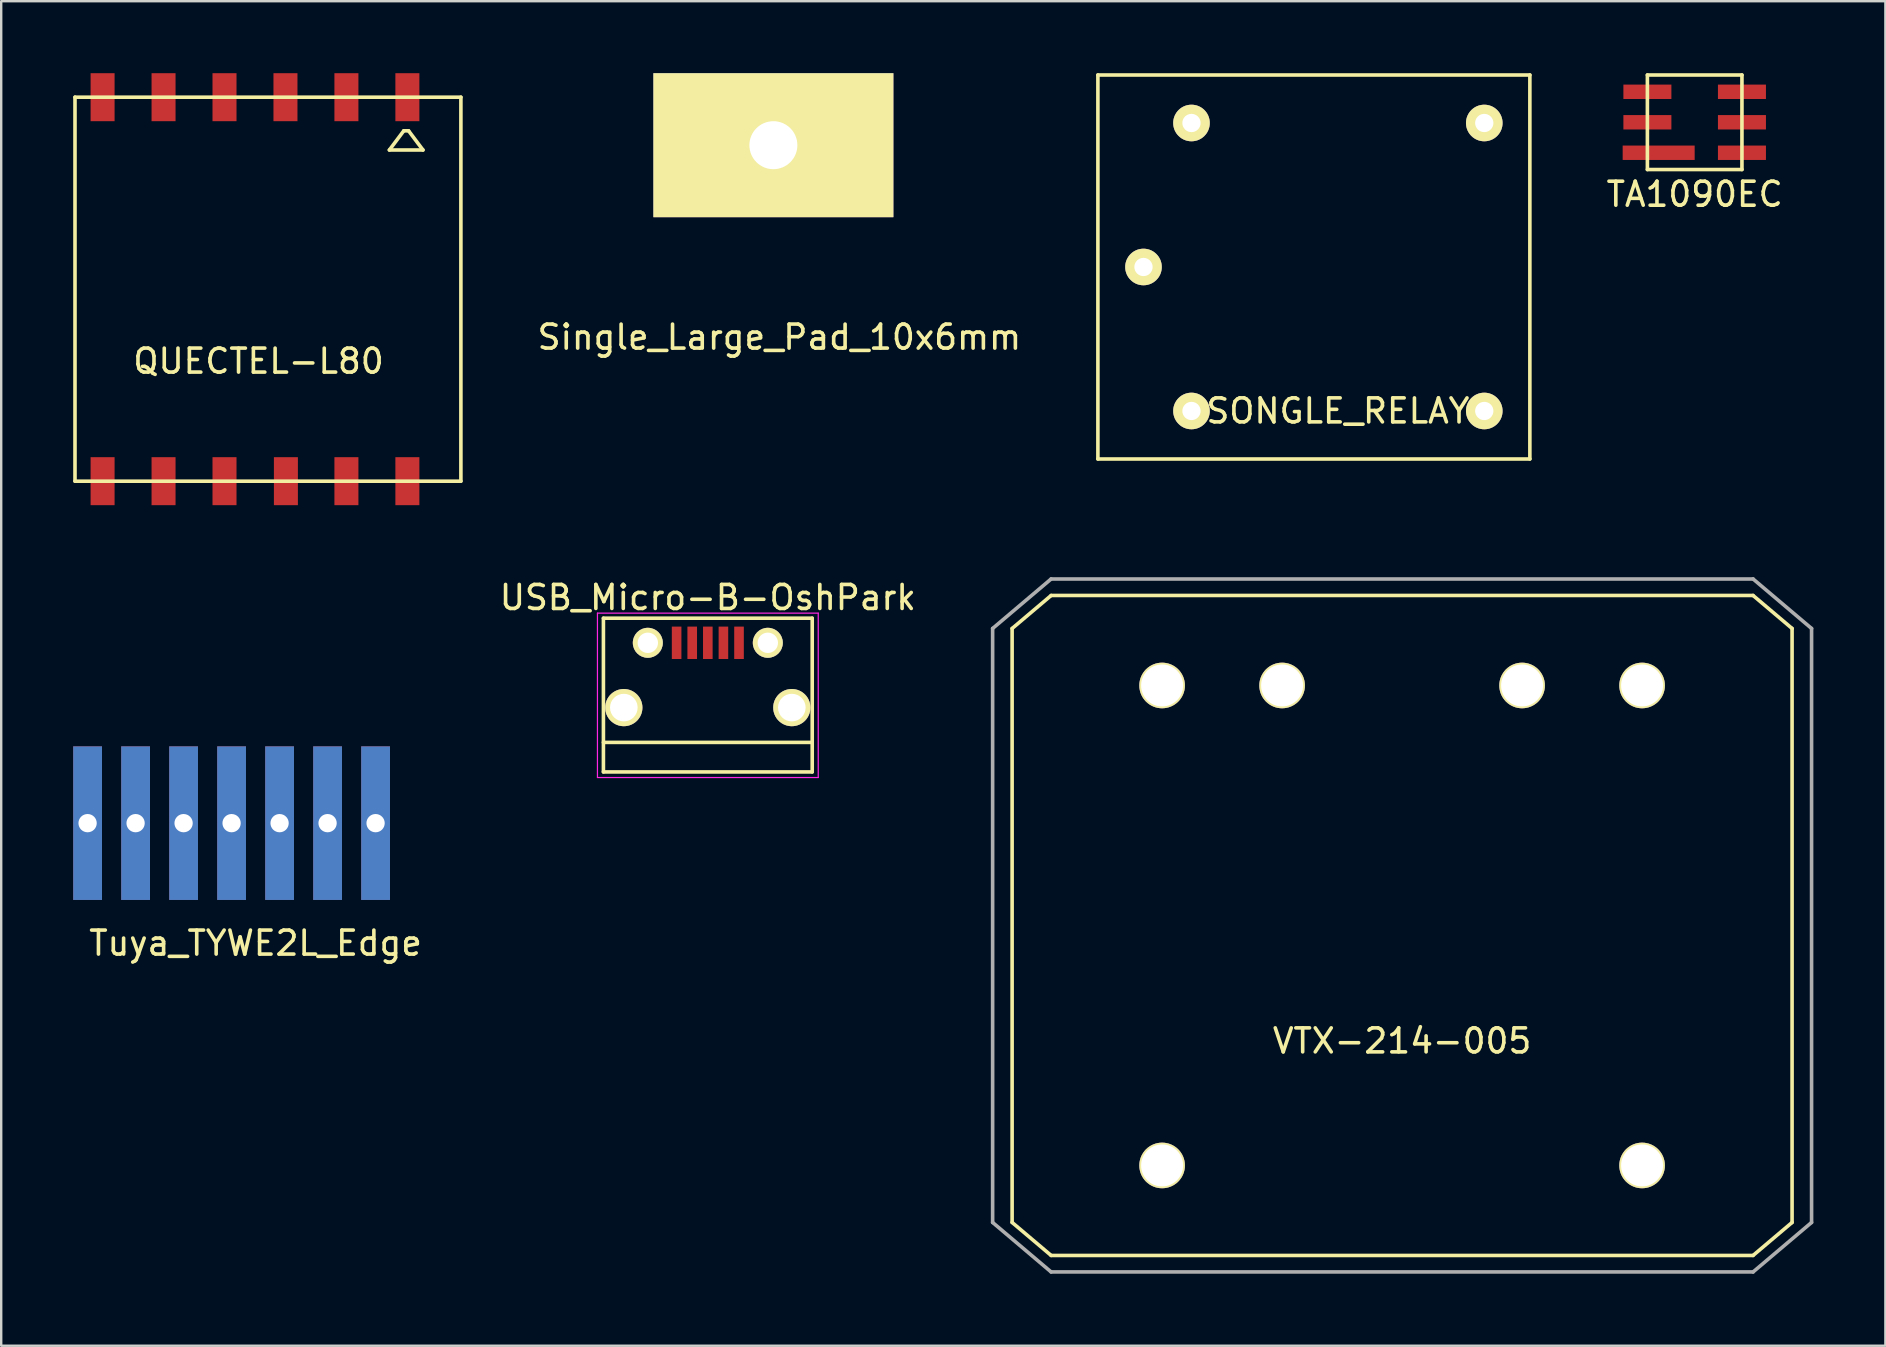
<source format=kicad_pcb>
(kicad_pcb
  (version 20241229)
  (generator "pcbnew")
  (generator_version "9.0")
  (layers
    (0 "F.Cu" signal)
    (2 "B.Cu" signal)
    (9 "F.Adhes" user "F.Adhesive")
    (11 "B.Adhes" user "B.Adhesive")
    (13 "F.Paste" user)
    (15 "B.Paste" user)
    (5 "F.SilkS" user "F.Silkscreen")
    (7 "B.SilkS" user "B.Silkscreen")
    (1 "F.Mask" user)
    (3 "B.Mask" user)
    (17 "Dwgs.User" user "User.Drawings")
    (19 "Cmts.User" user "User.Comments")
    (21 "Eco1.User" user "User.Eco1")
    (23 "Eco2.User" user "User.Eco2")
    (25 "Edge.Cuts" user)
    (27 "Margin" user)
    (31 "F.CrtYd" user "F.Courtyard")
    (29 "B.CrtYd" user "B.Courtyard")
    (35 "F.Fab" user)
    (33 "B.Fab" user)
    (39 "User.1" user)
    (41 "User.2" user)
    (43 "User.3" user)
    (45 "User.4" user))
  (footprint "USB_Micro-B-OshPark"
    (layer "F.Cu")
    (at 26.445 25.298)
    (property "Reference" "USB_Micro-B-OshPark" (at 0 -3.45 0) (layer "F.SilkS") (effects (font (size 1 1) (thickness 0.15))))
    (attr smd)
    (fp_line (start -4.351 -2.588) (end 4.349 -2.588) (stroke (width 0.15) (type solid)) (layer "F.SilkS"))
    (fp_line (start -4.351 3.817) (end -4.351 -2.588) (stroke (width 0.15) (type solid)) (layer "F.SilkS"))
    (fp_line (start -4.351 3.817) (end 4.349 3.817) (stroke (width 0.15) (type solid)) (layer "F.SilkS"))
    (fp_line (start 4.349 -2.588) (end 4.349 3.817) (stroke (width 0.15) (type solid)) (layer "F.SilkS"))
    (fp_line (start 4.349 2.587) (end -4.351 2.587) (stroke (width 0.15) (type solid)) (layer "F.SilkS"))
    (fp_line (start -4.6 -2.8) (end 4.6 -2.8) (stroke (width 0.05) (type solid)) (layer "F.CrtYd"))
    (fp_line (start -4.6 4.05) (end -4.6 -2.8) (stroke (width 0.05) (type solid)) (layer "F.CrtYd"))
    (fp_line (start 4.6 -2.8) (end 4.6 4.05) (stroke (width 0.05) (type solid)) (layer "F.CrtYd"))
    (fp_line (start 4.6 4.05) (end -4.6 4.05) (stroke (width 0.05) (type solid)) (layer "F.CrtYd"))
    (pad "1" smd rect (at -1.301 -1.563 90) (size 1.35 0.4) (layers "F.Cu" "F.Mask" "F.Paste"))
    (pad "2" smd rect (at -0.651 -1.563 90) (size 1.35 0.4) (layers "F.Cu" "F.Mask" "F.Paste"))
    (pad "3" smd rect (at -0.001 -1.563 90) (size 1.35 0.4) (layers "F.Cu" "F.Mask" "F.Paste"))
    (pad "4" smd rect (at 0.649 -1.563 90) (size 1.35 0.4) (layers "F.Cu" "F.Mask" "F.Paste"))
    (pad "5" thru_hole circle (at -3.501 1.137 90) (size 1.55 1.55) (drill 1.15) (layers "*.Cu" "*.Mask" "F.SilkS"))
    (pad "5" thru_hole circle (at -2.501 -1.563 180) (size 1.25 1.25) (drill 0.85) (layers "*.Cu" "*.Mask" "F.SilkS"))
    (pad "5" smd rect (at 1.299 -1.563 90) (size 1.35 0.4) (layers "F.Cu" "F.Mask" "F.Paste"))
    (pad "5" thru_hole circle (at 2.499 -1.563 90) (size 1.25 1.25) (drill 0.85) (layers "*.Cu" "*.Mask" "F.SilkS"))
    (pad "5" thru_hole circle (at 3.499 1.137 90) (size 1.55 1.55) (drill 1.15) (layers "*.Cu" "*.Mask" "F.SilkS")))
  (footprint "SONGLE_RELAY"
    (layer "F.Cu")
    (at 52.698 8.075)
    (property "Reference" "SONGLE_RELAY" (at 0 6 0) (layer "F.SilkS") (effects (font (size 1 1) (thickness 0.15))))
    (attr through_hole)
    (fp_line (start -10 -8) (end -10 8) (stroke (width 0.15) (type solid)) (layer "F.SilkS"))
    (fp_line (start -10 8) (end 8 8) (stroke (width 0.15) (type solid)) (layer "F.SilkS"))
    (fp_line (start 8 -8) (end -10 -8) (stroke (width 0.15) (type solid)) (layer "F.SilkS"))
    (fp_line (start 8 8) (end 8 -8) (stroke (width 0.15) (type solid)) (layer "F.SilkS"))
    (pad "1" thru_hole circle (at -6.1 -6) (size 1.524 1.524) (drill 0.762) (layers "*.Cu" "*.Mask" "F.SilkS"))
    (pad "2" thru_hole circle (at 6.1 -6) (size 1.524 1.524) (drill 0.762) (layers "*.Cu" "*.Mask" "F.SilkS"))
    (pad "3" thru_hole circle (at 6.1 6) (size 1.524 1.524) (drill 0.762) (layers "*.Cu" "*.Mask" "F.SilkS"))
    (pad "4" thru_hole circle (at -6.1 6) (size 1.524 1.524) (drill 0.762) (layers "*.Cu" "*.Mask" "F.SilkS"))
    (pad "5" thru_hole circle (at -8.1 0) (size 1.524 1.524) (drill 0.762) (layers "*.Cu" "*.Mask" "F.SilkS")))
  (footprint "TA1090EC"
    (layer "F.Cu")
    (at 67.565 2.045)
    (property "Reference" "TA1090EC" (at 0 3 0) (layer "F.SilkS") (effects (font (size 1 1) (thickness 0.15))))
    (attr through_hole)
    (fp_line (start -1.97 -1.97) (end -1.97 1.97) (stroke (width 0.15) (type solid)) (layer "F.SilkS"))
    (fp_line (start -1.97 1.97) (end 1.97 1.97) (stroke (width 0.15) (type solid)) (layer "F.SilkS"))
    (fp_line (start 1.97 -1.97) (end -1.97 -1.97) (stroke (width 0.15) (type solid)) (layer "F.SilkS"))
    (fp_line (start 1.97 1.97) (end 1.97 -1.97) (stroke (width 0.15) (type solid)) (layer "F.SilkS"))
    (pad "A" smd rect (at -1.5 1.27) (size 3 0.6) (layers "F.Cu" "F.Mask" "F.Paste"))
    (pad "B" smd rect (at -1.97 0) (size 2 0.6) (layers "F.Cu" "F.Mask" "F.Paste"))
    (pad "C" smd rect (at -1.97 -1.27) (size 2 0.6) (layers "F.Cu" "F.Mask" "F.Paste"))
    (pad "D" smd rect (at 1.97 -1.27) (size 2 0.6) (layers "F.Cu" "F.Mask" "F.Paste"))
    (pad "E" smd rect (at 1.97 0) (size 2 0.6) (layers "F.Cu" "F.Mask" "F.Paste"))
    (pad "F" smd rect (at 1.97 1.27) (size 2 0.6) (layers "F.Cu" "F.Mask" "F.Paste")))
  (footprint "Tuya_TYWE2L_Edge"
    (layer "F.Cu")
    (at 6.6 21.25)
    (property "Reference" "Tuya_TYWE2L_Edge" (at 1 15 0) (layer "F.SilkS") (effects (font (size 1 1) (thickness 0.15))))
    (attr through_hole)
    (pad "1" thru_hole rect (at -6 10) (size 1.2 6.4) (drill 0.762) (layers "*.Cu" "*.Mask"))
    (pad "2" thru_hole rect (at -4 10) (size 1.2 6.4) (drill 0.762) (layers "*.Cu" "*.Mask"))
    (pad "3" thru_hole rect (at -2 10) (size 1.2 6.4) (drill 0.762) (layers "*.Cu" "*.Mask"))
    (pad "4" thru_hole rect (at 0 10) (size 1.2 6.4) (drill 0.762) (layers "*.Cu" "*.Mask"))
    (pad "5" thru_hole rect (at 2 10) (size 1.2 6.4) (drill 0.762) (layers "*.Cu" "*.Mask"))
    (pad "6" thru_hole rect (at 4 10) (size 1.2 6.4) (drill 0.762) (layers "*.Cu" "*.Mask"))
    (pad "7" thru_hole rect (at 6 10) (size 1.2 6.4) (drill 0.762) (layers "*.Cu" "*.Mask")))
  (footprint "QUECTEL-L80"
    (layer "F.Cu")
    (at 7.575 9)
    (property "Reference" "QUECTEL-L80" (at 0.148 3 0) (layer "F.SilkS") (effects (font (size 1 1) (thickness 0.15))))
    (attr through_hole)
    (fp_line (start -7.5 -8) (end -7.5 8) (stroke (width 0.15) (type solid)) (layer "F.SilkS"))
    (fp_line (start -7.5 8) (end 8.58 8) (stroke (width 0.15) (type solid)) (layer "F.SilkS"))
    (fp_line (start 5.6 -5.8) (end 6.2 -6.6) (stroke (width 0.15) (type solid)) (layer "F.SilkS"))
    (fp_line (start 6.2 -6.6) (end 6.4 -6.6) (stroke (width 0.15) (type solid)) (layer "F.SilkS"))
    (fp_line (start 6.4 -6.6) (end 7 -5.8) (stroke (width 0.15) (type solid)) (layer "F.SilkS"))
    (fp_line (start 7 -5.8) (end 5.6 -5.8) (stroke (width 0.15) (type solid)) (layer "F.SilkS"))
    (fp_line (start 8.58 -8) (end -7.5 -8) (stroke (width 0.15) (type solid)) (layer "F.SilkS"))
    (fp_line (start 8.58 8) (end 8.58 -8) (stroke (width 0.15) (type solid)) (layer "F.SilkS"))
    (pad "1" smd rect (at 6.35 -8) (size 1 2) (layers "F.Cu" "F.Mask" "F.Paste"))
    (pad "2" smd rect (at 3.81 -8) (size 1 2) (layers "F.Cu" "F.Mask" "F.Paste"))
    (pad "3" smd rect (at 1.27 -8) (size 1 2) (layers "F.Cu" "F.Mask" "F.Paste"))
    (pad "4" smd rect (at -1.27 -8) (size 1 2) (layers "F.Cu" "F.Mask" "F.Paste"))
    (pad "5" smd rect (at -3.81 -8) (size 1 2) (layers "F.Cu" "F.Mask" "F.Paste"))
    (pad "6" smd rect (at -6.35 -8) (size 1 2) (layers "F.Cu" "F.Mask" "F.Paste"))
    (pad "7" smd rect (at -6.35 8) (size 1 2) (layers "F.Cu" "F.Mask" "F.Paste"))
    (pad "8" smd rect (at -3.81 8) (size 1 2) (layers "F.Cu" "F.Mask" "F.Paste"))
    (pad "9" smd rect (at -1.27 8) (size 1 2) (layers "F.Cu" "F.Mask" "F.Paste"))
    (pad "10" smd rect (at 1.288 8) (size 1 2) (layers "F.Cu" "F.Mask" "F.Paste"))
    (pad "11" smd rect (at 3.81 8) (size 1 2) (layers "F.Cu" "F.Mask" "F.Paste"))
    (pad "12" smd rect (at 6.35 8) (size 1 2) (layers "F.Cu" "F.Mask" "F.Paste")))
  (footprint "VTX-214-005"
    (layer "F.Cu")
    (at 55.374 35.513)
    (property "Reference" "VTX-214-005" (at 0 4.812 0) (layer "F.SilkS") (effects (font (size 1 1) (thickness 0.15))))
    (attr through_hole)
    (fp_line (start -16.25 -12.375) (end -16.25 12.375) (stroke (width 0.15) (type solid)) (layer "F.SilkS"))
    (fp_line (start -16.25 12.375) (end -14.625 13.75) (stroke (width 0.15) (type solid)) (layer "F.SilkS"))
    (fp_line (start -14.625 -13.75) (end -16.25 -12.375) (stroke (width 0.15) (type solid)) (layer "F.SilkS"))
    (fp_line (start -14.625 13.75) (end 14.625 13.75) (stroke (width 0.15) (type solid)) (layer "F.SilkS"))
    (fp_line (start 14.625 -13.75) (end -14.625 -13.75) (stroke (width 0.15) (type solid)) (layer "F.SilkS"))
    (fp_line (start 14.625 13.75) (end 16.25 12.375) (stroke (width 0.15) (type solid)) (layer "F.SilkS"))
    (fp_line (start 16.25 -12.375) (end 14.625 -13.75) (stroke (width 0.15) (type solid)) (layer "F.SilkS"))
    (fp_line (start 16.25 12.375) (end 16.25 -12.375) (stroke (width 0.15) (type solid)) (layer "F.SilkS"))
    (fp_line (start -17.062 -12.375) (end -17.062 12.375) (stroke (width 0.15) (type solid)) (layer "F.Fab"))
    (fp_line (start -17.062 12.375) (end -14.625 14.438) (stroke (width 0.15) (type solid)) (layer "F.Fab"))
    (fp_line (start -14.625 -14.438) (end -17.062 -12.375) (stroke (width 0.15) (type solid)) (layer "F.Fab"))
    (fp_line (start -14.625 14.438) (end 14.625 14.438) (stroke (width 0.15) (type solid)) (layer "F.Fab"))
    (fp_line (start 14.625 -14.438) (end -14.625 -14.438) (stroke (width 0.15) (type solid)) (layer "F.Fab"))
    (fp_line (start 14.625 14.438) (end 17.062 12.375) (stroke (width 0.15) (type solid)) (layer "F.Fab"))
    (fp_line (start 17.062 -12.375) (end 14.625 -14.438) (stroke (width 0.15) (type solid)) (layer "F.Fab"))
    (fp_line (start 17.062 12.375) (end 17.062 -12.375) (stroke (width 0.15) (type solid)) (layer "F.Fab"))
    (pad "1" thru_hole circle (at 10 10) (size 1.9 1.9) (drill 1.75) (layers "*.Cu" "*.Mask" "F.SilkS"))
    (pad "2" thru_hole circle (at -10 10) (size 1.9 1.9) (drill 1.75) (layers "*.Cu" "*.Mask" "F.SilkS"))
    (pad "3" thru_hole circle (at -10 -10) (size 1.9 1.9) (drill 1.75) (layers "*.Cu" "*.Mask" "F.SilkS"))
    (pad "4" thru_hole circle (at -5 -10) (size 1.9 1.9) (drill 1.75) (layers "*.Cu" "*.Mask" "F.SilkS"))
    (pad "5" thru_hole circle (at 5 -10) (size 1.9 1.9) (drill 1.75) (layers "*.Cu" "*.Mask" "F.SilkS"))
    (pad "6" thru_hole circle (at 10 -10) (size 1.9 1.9) (drill 1.75) (layers "*.Cu" "*.Mask" "F.SilkS")))
  (footprint "Single_Large_Pad_10x6mm"
    (layer "F.Cu")
    (at 29.176 3)
    (property "Reference" "Single_Large_Pad_10x6mm" (at 0.25 8 0) (layer "F.SilkS") (effects (font (size 1 1) (thickness 0.15))))
    (attr through_hole)
    (pad "1" thru_hole rect (at 0 0) (size 10 6) (drill 2) (layers "*.Cu" "*.Mask" "F.SilkS")))
  (gr_rect
    (start -3 -3)
    (end 75.512 53.025)
    (stroke (width 0.1) (type default))
    (fill no)
    (layer "Edge.Cuts")))
</source>
